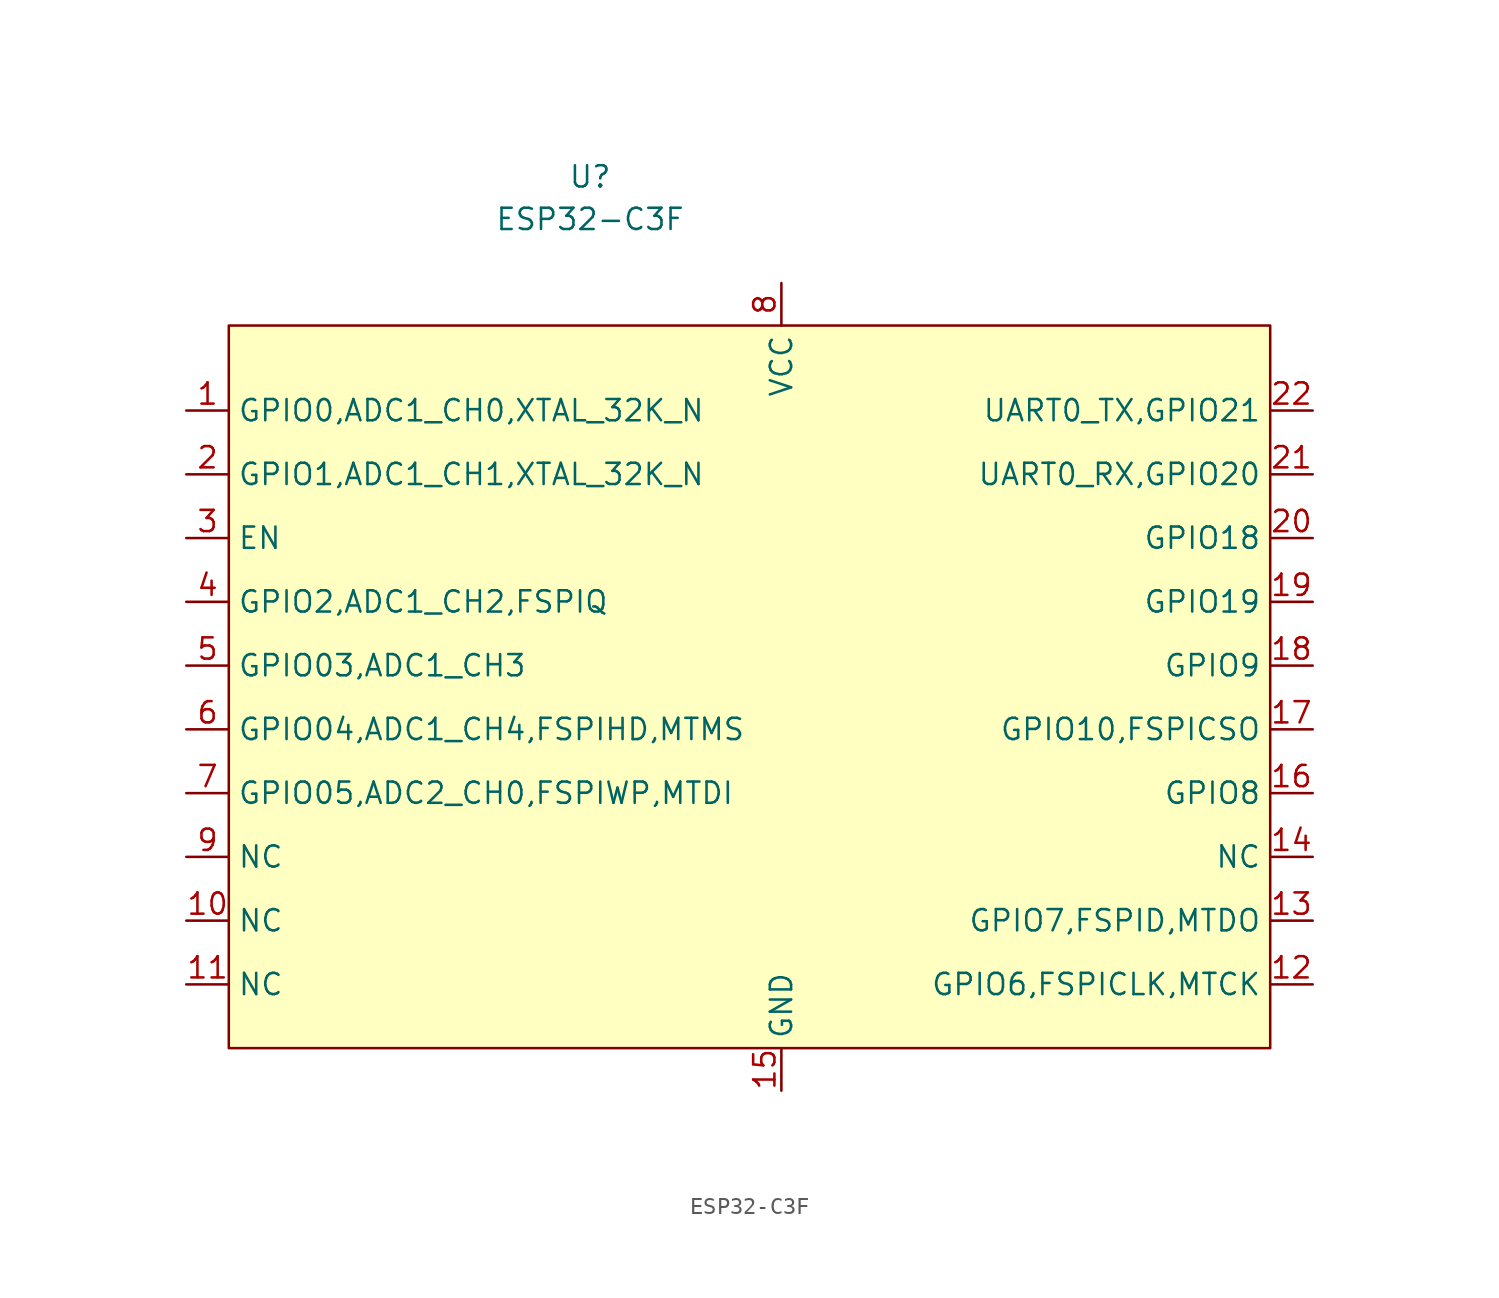
<source format=kicad_sym>
(kicad_symbol_lib
  (version 20211014)
  (generator kicad_symbol_editor)
  (symbol "ESP32-C3F"
    (property "Reference" "U"
      (at -11.43 24.13 0)
      (effects (font (size 1.27 1.27))))
    (property "Value" "ESP32-C3F"
      (at -11.43 21.59 0)
      (effects (font (size 1.27 1.27))))
    (symbol "ESP32-C3F_0_1"
      (rectangle (start -33.02 15.24) (end 29.21 -27.94) (stroke (width 0) (type default) (color 0 0 0 0)) (fill (type background))))
    (symbol "ESP32-C3F_1_1"
      (pin input line (at -35.56 10.16 0) (length 2.54) (name "GPIO0,ADC1_CH0,XTAL_32K_N" (effects (font (size 1.27 1.27)))) (number "1" (effects (font (size 1.27 1.27)))))
      (pin input line (at -35.56 -20.32 0) (length 2.54) (name "NC" (effects (font (size 1.27 1.27)))) (number "10" (effects (font (size 1.27 1.27)))))
      (pin input line (at -35.56 -24.13 0) (length 2.54) (name "NC" (effects (font (size 1.27 1.27)))) (number "11" (effects (font (size 1.27 1.27)))))
      (pin input line (at 31.75 -24.13 180) (length 2.54) (name "GPIO6,FSPICLK,MTCK" (effects (font (size 1.27 1.27)))) (number "12" (effects (font (size 1.27 1.27)))))
      (pin input line (at 31.75 -20.32 180) (length 2.54) (name "GPIO7,FSPID,MTDO" (effects (font (size 1.27 1.27)))) (number "13" (effects (font (size 1.27 1.27)))))
      (pin input line (at 31.75 -16.51 180) (length 2.54) (name "NC" (effects (font (size 1.27 1.27)))) (number "14" (effects (font (size 1.27 1.27)))))
      (pin input line (at 0 -30.48 90) (length 2.54) (name "GND" (effects (font (size 1.27 1.27)))) (number "15" (effects (font (size 1.27 1.27)))))
      (pin input line (at 31.75 -12.7 180) (length 2.54) (name "GPIO8" (effects (font (size 1.27 1.27)))) (number "16" (effects (font (size 1.27 1.27)))))
      (pin input line (at 31.75 -8.89 180) (length 2.54) (name "GPIO10,FSPICSO" (effects (font (size 1.27 1.27)))) (number "17" (effects (font (size 1.27 1.27)))))
      (pin input line (at 31.75 -5.08 180) (length 2.54) (name "GPIO9" (effects (font (size 1.27 1.27)))) (number "18" (effects (font (size 1.27 1.27)))))
      (pin input line (at 31.75 -1.27 180) (length 2.54) (name "GPIO19" (effects (font (size 1.27 1.27)))) (number "19" (effects (font (size 1.27 1.27)))))
      (pin input line (at -35.56 6.35 0) (length 2.54) (name "GPIO1,ADC1_CH1,XTAL_32K_N" (effects (font (size 1.27 1.27)))) (number "2" (effects (font (size 1.27 1.27)))))
      (pin input line (at 31.75 2.54 180) (length 2.54) (name "GPIO18" (effects (font (size 1.27 1.27)))) (number "20" (effects (font (size 1.27 1.27)))))
      (pin input line (at 31.75 6.35 180) (length 2.54) (name "UART0_RX,GPIO20" (effects (font (size 1.27 1.27)))) (number "21" (effects (font (size 1.27 1.27)))))
      (pin input line (at 31.75 10.16 180) (length 2.54) (name "UART0_TX,GPIO21" (effects (font (size 1.27 1.27)))) (number "22" (effects (font (size 1.27 1.27)))))
      (pin input line (at -35.56 2.54 0) (length 2.54) (name "EN" (effects (font (size 1.27 1.27)))) (number "3" (effects (font (size 1.27 1.27)))))
      (pin input line (at -35.56 -1.27 0) (length 2.54) (name "GPIO2,ADC1_CH2,FSPIQ" (effects (font (size 1.27 1.27)))) (number "4" (effects (font (size 1.27 1.27)))))
      (pin input line (at -35.56 -5.08 0) (length 2.54) (name "GPIO03,ADC1_CH3" (effects (font (size 1.27 1.27)))) (number "5" (effects (font (size 1.27 1.27)))))
      (pin input line (at -35.56 -8.89 0) (length 2.54) (name "GPIO04,ADC1_CH4,FSPIHD,MTMS" (effects (font (size 1.27 1.27)))) (number "6" (effects (font (size 1.27 1.27)))))
      (pin input line (at -35.56 -12.7 0) (length 2.54) (name "GPIO05,ADC2_CH0,FSPIWP,MTDI" (effects (font (size 1.27 1.27)))) (number "7" (effects (font (size 1.27 1.27)))))
      (pin input line (at 0 17.78 270) (length 2.54) (name "VCC" (effects (font (size 1.27 1.27)))) (number "8" (effects (font (size 1.27 1.27)))))
      (pin input line (at -35.56 -16.51 0) (length 2.54) (name "NC" (effects (font (size 1.27 1.27)))) (number "9" (effects (font (size 1.27 1.27))))))))
</source>
